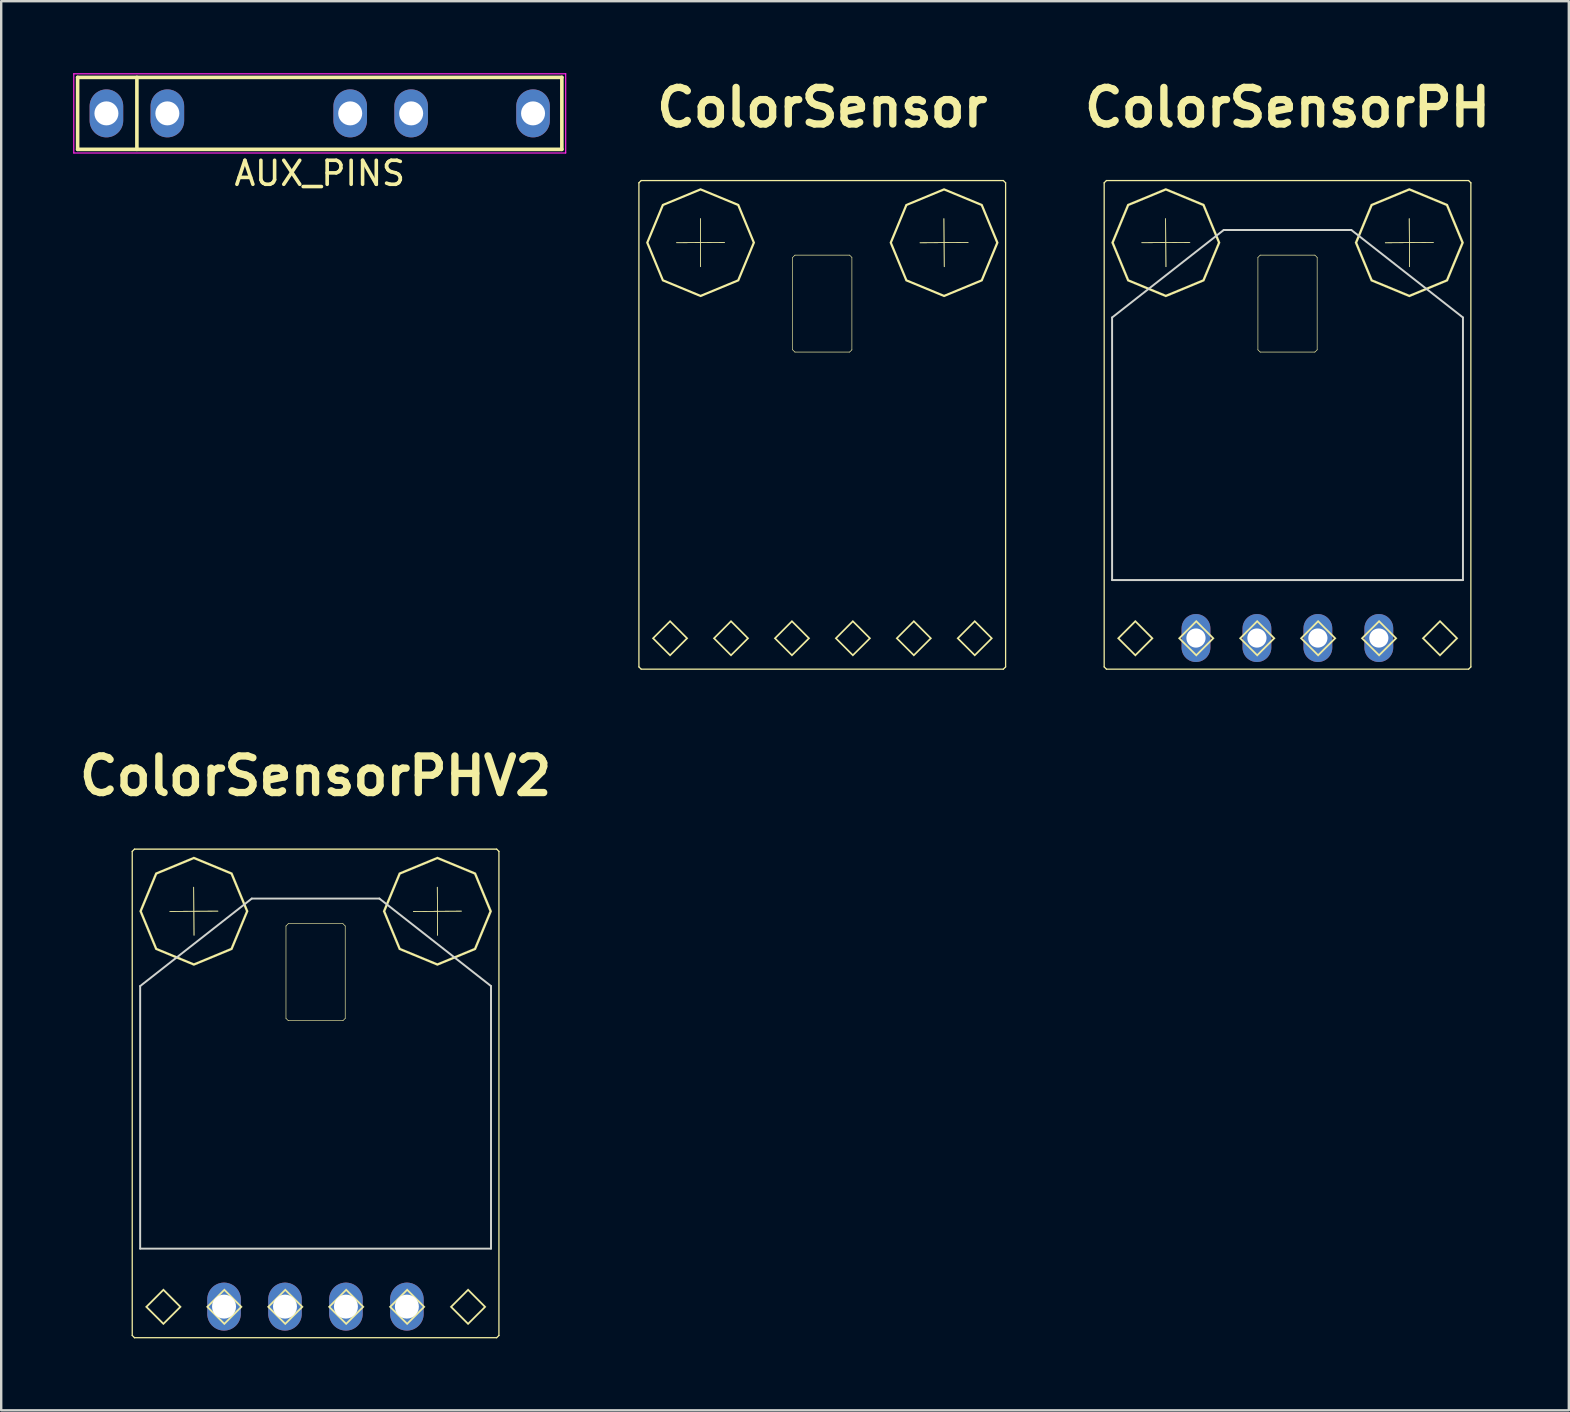
<source format=kicad_pcb>
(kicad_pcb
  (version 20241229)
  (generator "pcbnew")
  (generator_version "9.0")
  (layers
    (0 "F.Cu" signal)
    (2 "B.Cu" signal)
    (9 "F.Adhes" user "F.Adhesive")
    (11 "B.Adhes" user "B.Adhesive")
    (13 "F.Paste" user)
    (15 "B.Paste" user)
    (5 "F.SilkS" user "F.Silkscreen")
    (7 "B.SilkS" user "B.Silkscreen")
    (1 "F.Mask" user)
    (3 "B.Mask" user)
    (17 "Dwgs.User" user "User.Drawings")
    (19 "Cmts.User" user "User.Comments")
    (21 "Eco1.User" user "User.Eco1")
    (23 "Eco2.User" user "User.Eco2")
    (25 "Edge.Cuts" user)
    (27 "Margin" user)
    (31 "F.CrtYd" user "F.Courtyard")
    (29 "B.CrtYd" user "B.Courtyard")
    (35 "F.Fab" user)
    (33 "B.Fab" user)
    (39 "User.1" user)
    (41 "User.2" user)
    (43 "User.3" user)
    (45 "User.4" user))
  (footprint "ColorSensor"
    (layer "F.Cu")
    (at 31.218 14.656)
    (property "Reference" "ColorSensor" (at 0 -13.229 0) (layer "F.SilkS") (effects (font (size 1.524 1.524) (thickness 0.305))))
    (attr smd)
    (fp_line (start -7.641 -10.087) (end -7.547 -10.181) (stroke (width 0.053) (type solid)) (layer "F.SilkS"))
    (fp_line (start -7.641 10.087) (end -7.641 -10.087) (stroke (width 0.053) (type solid)) (layer "F.SilkS"))
    (fp_line (start -7.547 -10.181) (end 7.547 -10.181) (stroke (width 0.053) (type solid)) (layer "F.SilkS"))
    (fp_line (start -7.547 10.181) (end -7.641 10.087) (stroke (width 0.053) (type solid)) (layer "F.SilkS"))
    (fp_line (start -6.076 -7.588) (end -4.068 -7.599) (stroke (width 0.026) (type solid)) (layer "F.SilkS"))
    (fp_line (start -5.078 -8.597) (end -5.066 -6.589) (stroke (width 0.026) (type solid)) (layer "F.SilkS"))
    (fp_line (start -5.066 -6.589) (end -5.078 -8.597) (stroke (width 0.026) (type solid)) (layer "F.SilkS"))
    (fp_line (start -4.068 -7.599) (end -6.076 -7.588) (stroke (width 0.026) (type solid)) (layer "F.SilkS"))
    (fp_line (start -1.234 -6.978) (end -1.139 -7.073) (stroke (width 0.026) (type solid)) (layer "F.SilkS"))
    (fp_line (start -1.234 -3.127) (end -1.234 -6.978) (stroke (width 0.026) (type solid)) (layer "F.SilkS"))
    (fp_line (start -1.139 -7.073) (end 1.14 -7.073) (stroke (width 0.026) (type solid)) (layer "F.SilkS"))
    (fp_line (start -1.139 -3.033) (end -1.234 -3.127) (stroke (width 0.026) (type solid)) (layer "F.SilkS"))
    (fp_line (start 1.14 -7.073) (end 1.235 -6.978) (stroke (width 0.026) (type solid)) (layer "F.SilkS"))
    (fp_line (start 1.14 -3.033) (end -1.139 -3.033) (stroke (width 0.026) (type solid)) (layer "F.SilkS"))
    (fp_line (start 1.235 -6.978) (end 1.235 -3.127) (stroke (width 0.026) (type solid)) (layer "F.SilkS"))
    (fp_line (start 1.235 -3.127) (end 1.14 -3.033) (stroke (width 0.026) (type solid)) (layer "F.SilkS"))
    (fp_line (start 4.072 -7.586) (end 6.08 -7.598) (stroke (width 0.026) (type solid)) (layer "F.SilkS"))
    (fp_line (start 5.07 -8.596) (end 5.082 -6.588) (stroke (width 0.026) (type solid)) (layer "F.SilkS"))
    (fp_line (start 5.082 -6.588) (end 5.07 -8.596) (stroke (width 0.026) (type solid)) (layer "F.SilkS"))
    (fp_line (start 6.08 -7.598) (end 4.072 -7.586) (stroke (width 0.026) (type solid)) (layer "F.SilkS"))
    (fp_line (start 7.547 -10.181) (end 7.641 -10.087) (stroke (width 0.053) (type solid)) (layer "F.SilkS"))
    (fp_line (start 7.547 10.181) (end -7.547 10.181) (stroke (width 0.053) (type solid)) (layer "F.SilkS"))
    (fp_line (start 7.641 -10.087) (end 7.641 10.087) (stroke (width 0.053) (type solid)) (layer "F.SilkS"))
    (fp_line (start 7.641 10.087) (end 7.547 10.181) (stroke (width 0.053) (type solid)) (layer "F.SilkS"))
    (fp_poly (pts (xy -6.342 8.135) (xy -6.342 8.234) (xy -5.684 8.895) (xy -6.342 9.553) (xy -7.002 8.895) (xy -6.342 8.234) (xy -6.342 8.135) (xy -7.102 8.895) (xy -6.342 9.652) (xy -5.584 8.895) (xy -6.342 8.135)) (stroke (width 0) (type solid)) (fill yes) (layer "F.SilkS"))
    (fp_poly (pts (xy -3.803 8.135) (xy -3.803 8.234) (xy -3.145 8.895) (xy -3.803 9.553) (xy -4.461 8.895) (xy -3.803 8.234) (xy -3.803 8.135) (xy -4.561 8.895) (xy -3.803 9.652) (xy -3.045 8.895) (xy -3.803 8.135)) (stroke (width 0) (type solid)) (fill yes) (layer "F.SilkS"))
    (fp_poly (pts (xy -1.264 8.135) (xy -1.264 8.234) (xy -0.605 8.895) (xy -1.264 9.553) (xy -1.922 8.895) (xy -1.264 8.234) (xy -1.264 8.135) (xy -2.021 8.895) (xy -1.264 9.652) (xy -0.504 8.895) (xy -1.264 8.135)) (stroke (width 0) (type solid)) (fill yes) (layer "F.SilkS"))
    (fp_poly (pts (xy 1.275 8.135) (xy 1.275 8.234) (xy 1.936 8.895) (xy 1.275 9.553) (xy 0.617 8.895) (xy 1.275 8.234) (xy 1.275 8.135) (xy 0.518 8.895) (xy 1.275 9.652) (xy 2.035 8.895) (xy 1.275 8.135)) (stroke (width 0) (type solid)) (fill yes) (layer "F.SilkS"))
    (fp_poly (pts (xy 3.816 8.135) (xy 3.816 8.234) (xy 4.475 8.895) (xy 3.816 9.553) (xy 3.156 8.895) (xy 3.816 8.234) (xy 3.816 8.135) (xy 3.057 8.895) (xy 3.816 9.652) (xy 4.574 8.895) (xy 3.816 8.135)) (stroke (width 0) (type solid)) (fill yes) (layer "F.SilkS"))
    (fp_poly (pts (xy 6.355 8.135) (xy 6.355 8.234) (xy 7.014 8.895) (xy 6.355 9.553) (xy 5.697 8.895) (xy 6.355 8.234) (xy 6.355 8.135) (xy 5.596 8.895) (xy 6.355 9.652) (xy 7.113 8.895) (xy 6.355 8.135)) (stroke (width 0) (type solid)) (fill yes) (layer "F.SilkS"))
    (fp_poly (pts (xy -5.072 -9.863) (xy -5.072 -9.764) (xy -3.537 -9.128) (xy -2.9 -7.594) (xy -3.537 -6.058) (xy -5.072 -5.422) (xy -6.607 -6.058) (xy -7.242 -7.594) (xy -6.607 -9.128) (xy -5.072 -9.764) (xy -5.072 -9.863) (xy -6.677 -9.199) (xy -7.342 -7.594) (xy -6.677 -5.988) (xy -5.072 -5.322) (xy -3.466 -5.988) (xy -2.801 -7.594) (xy -3.466 -9.199) (xy -5.072 -9.863)) (stroke (width 0) (type solid)) (fill yes) (layer "F.SilkS"))
    (fp_poly (pts (xy 5.076 -9.863) (xy 5.076 -9.764) (xy 6.611 -9.128) (xy 7.246 -7.592) (xy 6.611 -6.057) (xy 5.076 -5.422) (xy 3.541 -6.057) (xy 2.906 -7.592) (xy 3.541 -9.128) (xy 5.076 -9.764) (xy 5.076 -9.863) (xy 3.47 -9.198) (xy 2.805 -7.592) (xy 3.47 -5.987) (xy 5.076 -5.322) (xy 6.682 -5.987) (xy 7.348 -7.592) (xy 6.682 -9.198) (xy 5.076 -9.863)) (stroke (width 0) (type solid)) (fill yes) (layer "F.SilkS")))
  (footprint "AUX_PINS"
    (layer "F.Cu")
    (at 10.275 1.675)
    (property "Reference" "AUX_PINS" (at 0 2.5 0) (layer "F.SilkS") (effects (font (size 1 1) (thickness 0.15))))
    (attr through_hole)
    (fp_line (start -10.09 -1.5) (end 10.09 -1.5) (stroke (width 0.15) (type solid)) (layer "F.SilkS"))
    (fp_line (start -10.09 1.5) (end -10.09 -1.5) (stroke (width 0.15) (type solid)) (layer "F.SilkS"))
    (fp_line (start -7.62 -1.5) (end -7.62 1.5) (stroke (width 0.15) (type solid)) (layer "F.SilkS"))
    (fp_line (start 10.09 -1.5) (end 10.09 1.5) (stroke (width 0.15) (type solid)) (layer "F.SilkS"))
    (fp_line (start 10.09 1.5) (end -10.09 1.5) (stroke (width 0.15) (type solid)) (layer "F.SilkS"))
    (fp_line (start -10.25 -1.65) (end 10.25 -1.65) (stroke (width 0.05) (type solid)) (layer "F.CrtYd"))
    (fp_line (start -10.25 1.65) (end -10.25 -1.65) (stroke (width 0.05) (type solid)) (layer "F.CrtYd"))
    (fp_line (start 10.25 -1.65) (end 10.25 1.65) (stroke (width 0.05) (type solid)) (layer "F.CrtYd"))
    (fp_line (start 10.25 1.65) (end -10.25 1.65) (stroke (width 0.05) (type solid)) (layer "F.CrtYd"))
    (pad "1" thru_hole oval (at -8.89 0) (size 1.4 2) (drill 1) (layers "*.Cu" "*.Mask"))
    (pad "2" thru_hole oval (at -6.35 0) (size 1.4 2) (drill 1) (layers "*.Cu" "*.Mask"))
    (pad "3" thru_hole oval (at 1.27 0) (size 1.4 2) (drill 1) (layers "*.Cu" "*.Mask"))
    (pad "4" thru_hole oval (at 3.81 0) (size 1.4 2) (drill 1) (layers "*.Cu" "*.Mask"))
    (pad "5" thru_hole oval (at 8.89 0) (size 1.4 2) (drill 1) (layers "*.Cu" "*.Mask")))
  (footprint "ColorSensorPH"
    (layer "F.Cu")
    (at 50.608 14.656)
    (property "Reference" "ColorSensorPH" (at 0 -13.229 0) (layer "F.SilkS") (effects (font (size 1.524 1.524) (thickness 0.305))))
    (attr through_hole)
    (fp_line (start -7.641 -10.087) (end -7.547 -10.181) (stroke (width 0.053) (type solid)) (layer "F.SilkS"))
    (fp_line (start -7.641 10.087) (end -7.641 -10.087) (stroke (width 0.053) (type solid)) (layer "F.SilkS"))
    (fp_line (start -7.547 -10.181) (end 7.547 -10.181) (stroke (width 0.053) (type solid)) (layer "F.SilkS"))
    (fp_line (start -7.547 10.181) (end -7.641 10.087) (stroke (width 0.053) (type solid)) (layer "F.SilkS"))
    (fp_line (start -6.076 -7.588) (end -4.068 -7.599) (stroke (width 0.026) (type solid)) (layer "F.SilkS"))
    (fp_line (start -5.078 -8.597) (end -5.066 -6.589) (stroke (width 0.026) (type solid)) (layer "F.SilkS"))
    (fp_line (start -5.066 -6.589) (end -5.078 -8.597) (stroke (width 0.026) (type solid)) (layer "F.SilkS"))
    (fp_line (start -4.068 -7.599) (end -6.076 -7.588) (stroke (width 0.026) (type solid)) (layer "F.SilkS"))
    (fp_line (start -1.234 -6.978) (end -1.139 -7.073) (stroke (width 0.026) (type solid)) (layer "F.SilkS"))
    (fp_line (start -1.234 -3.127) (end -1.234 -6.978) (stroke (width 0.026) (type solid)) (layer "F.SilkS"))
    (fp_line (start -1.139 -7.073) (end 1.14 -7.073) (stroke (width 0.026) (type solid)) (layer "F.SilkS"))
    (fp_line (start -1.139 -3.033) (end -1.234 -3.127) (stroke (width 0.026) (type solid)) (layer "F.SilkS"))
    (fp_line (start 1.14 -7.073) (end 1.235 -6.978) (stroke (width 0.026) (type solid)) (layer "F.SilkS"))
    (fp_line (start 1.14 -3.033) (end -1.139 -3.033) (stroke (width 0.026) (type solid)) (layer "F.SilkS"))
    (fp_line (start 1.235 -6.978) (end 1.235 -3.127) (stroke (width 0.026) (type solid)) (layer "F.SilkS"))
    (fp_line (start 1.235 -3.127) (end 1.14 -3.033) (stroke (width 0.026) (type solid)) (layer "F.SilkS"))
    (fp_line (start 4.072 -7.586) (end 6.08 -7.598) (stroke (width 0.026) (type solid)) (layer "F.SilkS"))
    (fp_line (start 5.07 -8.596) (end 5.082 -6.588) (stroke (width 0.026) (type solid)) (layer "F.SilkS"))
    (fp_line (start 5.082 -6.588) (end 5.07 -8.596) (stroke (width 0.026) (type solid)) (layer "F.SilkS"))
    (fp_line (start 6.08 -7.598) (end 4.072 -7.586) (stroke (width 0.026) (type solid)) (layer "F.SilkS"))
    (fp_line (start 7.547 -10.181) (end 7.641 -10.087) (stroke (width 0.053) (type solid)) (layer "F.SilkS"))
    (fp_line (start 7.547 10.181) (end -7.547 10.181) (stroke (width 0.053) (type solid)) (layer "F.SilkS"))
    (fp_line (start 7.641 -10.087) (end 7.641 10.087) (stroke (width 0.053) (type solid)) (layer "F.SilkS"))
    (fp_line (start 7.641 10.087) (end 7.547 10.181) (stroke (width 0.053) (type solid)) (layer "F.SilkS"))
    (fp_poly (pts (xy -6.342 8.135) (xy -6.342 8.234) (xy -5.684 8.895) (xy -6.342 9.553) (xy -7.002 8.895) (xy -6.342 8.234) (xy -6.342 8.135) (xy -7.102 8.895) (xy -6.342 9.652) (xy -5.584 8.895) (xy -6.342 8.135)) (stroke (width 0.003) (type solid)) (fill yes) (layer "F.SilkS"))
    (fp_poly (pts (xy -3.803 8.135) (xy -3.803 8.234) (xy -3.145 8.895) (xy -3.803 9.553) (xy -4.461 8.895) (xy -3.803 8.234) (xy -3.803 8.135) (xy -4.561 8.895) (xy -3.803 9.652) (xy -3.045 8.895) (xy -3.803 8.135)) (stroke (width 0.003) (type solid)) (fill yes) (layer "F.SilkS"))
    (fp_poly (pts (xy -1.264 8.135) (xy -1.264 8.234) (xy -0.605 8.895) (xy -1.264 9.553) (xy -1.922 8.895) (xy -1.264 8.234) (xy -1.264 8.135) (xy -2.021 8.895) (xy -1.264 9.652) (xy -0.504 8.895) (xy -1.264 8.135)) (stroke (width 0.003) (type solid)) (fill yes) (layer "F.SilkS"))
    (fp_poly (pts (xy 1.275 8.135) (xy 1.275 8.234) (xy 1.936 8.895) (xy 1.275 9.553) (xy 0.617 8.895) (xy 1.275 8.234) (xy 1.275 8.135) (xy 0.518 8.895) (xy 1.275 9.652) (xy 2.035 8.895) (xy 1.275 8.135)) (stroke (width 0.003) (type solid)) (fill yes) (layer "F.SilkS"))
    (fp_poly (pts (xy 3.816 8.135) (xy 3.816 8.234) (xy 4.475 8.895) (xy 3.816 9.553) (xy 3.156 8.895) (xy 3.816 8.234) (xy 3.816 8.135) (xy 3.057 8.895) (xy 3.816 9.652) (xy 4.574 8.895) (xy 3.816 8.135)) (stroke (width 0.003) (type solid)) (fill yes) (layer "F.SilkS"))
    (fp_poly (pts (xy 6.355 8.135) (xy 6.355 8.234) (xy 7.014 8.895) (xy 6.355 9.553) (xy 5.697 8.895) (xy 6.355 8.234) (xy 6.355 8.135) (xy 5.596 8.895) (xy 6.355 9.652) (xy 7.113 8.895) (xy 6.355 8.135)) (stroke (width 0.003) (type solid)) (fill yes) (layer "F.SilkS"))
    (fp_poly (pts (xy -5.072 -9.863) (xy -5.072 -9.764) (xy -3.537 -9.128) (xy -2.9 -7.594) (xy -3.537 -6.058) (xy -5.072 -5.422) (xy -6.607 -6.058) (xy -7.242 -7.594) (xy -6.607 -9.128) (xy -5.072 -9.764) (xy -5.072 -9.863) (xy -6.677 -9.199) (xy -7.342 -7.594) (xy -6.677 -5.988) (xy -5.072 -5.322) (xy -3.466 -5.988) (xy -2.801 -7.594) (xy -3.466 -9.199) (xy -5.072 -9.863)) (stroke (width 0.003) (type solid)) (fill yes) (layer "F.SilkS"))
    (fp_poly (pts (xy 5.076 -9.863) (xy 5.076 -9.764) (xy 6.611 -9.128) (xy 7.246 -7.592) (xy 6.611 -6.057) (xy 5.076 -5.422) (xy 3.541 -6.057) (xy 2.906 -7.592) (xy 3.541 -9.128) (xy 5.076 -9.764) (xy 5.076 -9.863) (xy 3.47 -9.198) (xy 2.805 -7.592) (xy 3.47 -5.987) (xy 5.076 -5.322) (xy 6.682 -5.987) (xy 7.348 -7.592) (xy 6.682 -9.198) (xy 5.076 -9.863)) (stroke (width 0.003) (type solid)) (fill yes) (layer "F.SilkS"))
    (fp_line (start -7.311 -4.474) (end -7.311 6.468) (stroke (width 0.082) (type solid)) (layer "Edge.Cuts"))
    (fp_line (start -7.311 6.468) (end 7.311 6.468) (stroke (width 0.082) (type solid)) (layer "Edge.Cuts"))
    (fp_line (start -2.659 -8.121) (end -7.311 -4.474) (stroke (width 0.082) (type solid)) (layer "Edge.Cuts"))
    (fp_line (start 2.659 -8.121) (end -2.659 -8.121) (stroke (width 0.082) (type solid)) (layer "Edge.Cuts"))
    (fp_line (start 7.311 -4.474) (end 2.659 -8.121) (stroke (width 0.082) (type solid)) (layer "Edge.Cuts"))
    (fp_line (start 7.311 6.468) (end 7.311 -4.474) (stroke (width 0.082) (type solid)) (layer "Edge.Cuts"))
    (pad "1" thru_hole oval (at 3.805 8.884 180) (size 1.2 2) (drill 0.8) (layers "*.Cu" "*.Mask"))
    (pad "2" thru_hole oval (at 1.265 8.884 180) (size 1.2 2) (drill 0.8) (layers "*.Cu" "*.Mask"))
    (pad "3" thru_hole oval (at -1.275 8.884 180) (size 1.2 2) (drill 0.8) (layers "*.Cu" "*.Mask"))
    (pad "4" thru_hole oval (at -3.815 8.884 180) (size 1.2 2) (drill 0.8) (layers "*.Cu" "*.Mask")))
  (footprint "ColorSensorPHV2"
    (layer "F.Cu")
    (at 10.102 42.519)
    (property "Reference" "ColorSensorPHV2" (at 0 -13.229 0) (layer "F.SilkS") (effects (font (size 1.524 1.524) (thickness 0.305))))
    (attr through_hole)
    (fp_line (start -7.641 -10.087) (end -7.547 -10.181) (stroke (width 0.053) (type solid)) (layer "F.SilkS"))
    (fp_line (start -7.641 10.087) (end -7.641 -10.087) (stroke (width 0.053) (type solid)) (layer "F.SilkS"))
    (fp_line (start -7.547 -10.181) (end 7.547 -10.181) (stroke (width 0.053) (type solid)) (layer "F.SilkS"))
    (fp_line (start -7.547 10.181) (end -7.641 10.087) (stroke (width 0.053) (type solid)) (layer "F.SilkS"))
    (fp_line (start -6.076 -7.588) (end -4.068 -7.599) (stroke (width 0.026) (type solid)) (layer "F.SilkS"))
    (fp_line (start -5.078 -8.597) (end -5.066 -6.589) (stroke (width 0.026) (type solid)) (layer "F.SilkS"))
    (fp_line (start -5.066 -6.589) (end -5.078 -8.597) (stroke (width 0.026) (type solid)) (layer "F.SilkS"))
    (fp_line (start -4.068 -7.599) (end -6.076 -7.588) (stroke (width 0.026) (type solid)) (layer "F.SilkS"))
    (fp_line (start -1.234 -6.978) (end -1.139 -7.073) (stroke (width 0.026) (type solid)) (layer "F.SilkS"))
    (fp_line (start -1.234 -3.127) (end -1.234 -6.978) (stroke (width 0.026) (type solid)) (layer "F.SilkS"))
    (fp_line (start -1.139 -7.073) (end 1.14 -7.073) (stroke (width 0.026) (type solid)) (layer "F.SilkS"))
    (fp_line (start -1.139 -3.033) (end -1.234 -3.127) (stroke (width 0.026) (type solid)) (layer "F.SilkS"))
    (fp_line (start 1.14 -3.033) (end -1.139 -3.033) (stroke (width 0.026) (type solid)) (layer "F.SilkS"))
    (fp_line (start 1.14 -7.073) (end 1.235 -6.978) (stroke (width 0.026) (type solid)) (layer "F.SilkS"))
    (fp_line (start 1.235 -6.978) (end 1.235 -3.127) (stroke (width 0.026) (type solid)) (layer "F.SilkS"))
    (fp_line (start 1.235 -3.127) (end 1.14 -3.033) (stroke (width 0.026) (type solid)) (layer "F.SilkS"))
    (fp_line (start 4.072 -7.586) (end 6.08 -7.598) (stroke (width 0.026) (type solid)) (layer "F.SilkS"))
    (fp_line (start 5.07 -8.596) (end 5.082 -6.588) (stroke (width 0.026) (type solid)) (layer "F.SilkS"))
    (fp_line (start 5.082 -6.588) (end 5.07 -8.596) (stroke (width 0.026) (type solid)) (layer "F.SilkS"))
    (fp_line (start 6.08 -7.598) (end 4.072 -7.586) (stroke (width 0.026) (type solid)) (layer "F.SilkS"))
    (fp_line (start 7.547 -10.181) (end 7.641 -10.087) (stroke (width 0.053) (type solid)) (layer "F.SilkS"))
    (fp_line (start 7.547 10.181) (end -7.547 10.181) (stroke (width 0.053) (type solid)) (layer "F.SilkS"))
    (fp_line (start 7.641 -10.087) (end 7.641 10.087) (stroke (width 0.053) (type solid)) (layer "F.SilkS"))
    (fp_line (start 7.641 10.087) (end 7.547 10.181) (stroke (width 0.053) (type solid)) (layer "F.SilkS"))
    (fp_poly (pts (xy -6.342 8.135) (xy -6.342 8.234) (xy -5.684 8.895) (xy -6.342 9.553) (xy -7.002 8.895) (xy -6.342 8.234) (xy -6.342 8.135) (xy -7.102 8.895) (xy -6.342 9.652) (xy -5.584 8.895) (xy -6.342 8.135)) (stroke (width 0.003) (type solid)) (fill yes) (layer "F.SilkS"))
    (fp_poly (pts (xy -3.803 8.135) (xy -3.803 8.234) (xy -3.145 8.895) (xy -3.803 9.553) (xy -4.461 8.895) (xy -3.803 8.234) (xy -3.803 8.135) (xy -4.561 8.895) (xy -3.803 9.652) (xy -3.045 8.895) (xy -3.803 8.135)) (stroke (width 0.003) (type solid)) (fill yes) (layer "F.SilkS"))
    (fp_poly (pts (xy -1.264 8.135) (xy -1.264 8.234) (xy -0.605 8.895) (xy -1.264 9.553) (xy -1.922 8.895) (xy -1.264 8.234) (xy -1.264 8.135) (xy -2.021 8.895) (xy -1.264 9.652) (xy -0.504 8.895) (xy -1.264 8.135)) (stroke (width 0.003) (type solid)) (fill yes) (layer "F.SilkS"))
    (fp_poly (pts (xy 1.275 8.135) (xy 1.275 8.234) (xy 1.936 8.895) (xy 1.275 9.553) (xy 0.617 8.895) (xy 1.275 8.234) (xy 1.275 8.135) (xy 0.518 8.895) (xy 1.275 9.652) (xy 2.035 8.895) (xy 1.275 8.135)) (stroke (width 0.003) (type solid)) (fill yes) (layer "F.SilkS"))
    (fp_poly (pts (xy 3.816 8.135) (xy 3.816 8.234) (xy 4.475 8.895) (xy 3.816 9.553) (xy 3.156 8.895) (xy 3.816 8.234) (xy 3.816 8.135) (xy 3.057 8.895) (xy 3.816 9.652) (xy 4.574 8.895) (xy 3.816 8.135)) (stroke (width 0.003) (type solid)) (fill yes) (layer "F.SilkS"))
    (fp_poly (pts (xy 6.355 8.135) (xy 6.355 8.234) (xy 7.014 8.895) (xy 6.355 9.553) (xy 5.697 8.895) (xy 6.355 8.234) (xy 6.355 8.135) (xy 5.596 8.895) (xy 6.355 9.652) (xy 7.113 8.895) (xy 6.355 8.135)) (stroke (width 0.003) (type solid)) (fill yes) (layer "F.SilkS"))
    (fp_poly (pts (xy -5.072 -9.863) (xy -5.072 -9.764) (xy -3.537 -9.128) (xy -2.9 -7.594) (xy -3.537 -6.058) (xy -5.072 -5.422) (xy -6.607 -6.058) (xy -7.242 -7.594) (xy -6.607 -9.128) (xy -5.072 -9.764) (xy -5.072 -9.863) (xy -6.677 -9.199) (xy -7.342 -7.594) (xy -6.677 -5.988) (xy -5.072 -5.322) (xy -3.466 -5.988) (xy -2.801 -7.594) (xy -3.466 -9.199) (xy -5.072 -9.863)) (stroke (width 0.003) (type solid)) (fill yes) (layer "F.SilkS"))
    (fp_poly (pts (xy 5.076 -9.863) (xy 5.076 -9.764) (xy 6.611 -9.128) (xy 7.246 -7.592) (xy 6.611 -6.057) (xy 5.076 -5.422) (xy 3.541 -6.057) (xy 2.906 -7.592) (xy 3.541 -9.128) (xy 5.076 -9.764) (xy 5.076 -9.863) (xy 3.47 -9.198) (xy 2.805 -7.592) (xy 3.47 -5.987) (xy 5.076 -5.322) (xy 6.682 -5.987) (xy 7.348 -7.592) (xy 6.682 -9.198) (xy 5.076 -9.863)) (stroke (width 0.003) (type solid)) (fill yes) (layer "F.SilkS"))
    (fp_line (start -7.311 6.468) (end 7.311 6.468) (stroke (width 0.082) (type solid)) (layer "Edge.Cuts"))
    (fp_line (start -7.311 -4.474) (end -7.311 6.468) (stroke (width 0.082) (type solid)) (layer "Edge.Cuts"))
    (fp_line (start -2.659 -8.121) (end -7.311 -4.474) (stroke (width 0.082) (type solid)) (layer "Edge.Cuts"))
    (fp_line (start 2.659 -8.121) (end -2.659 -8.121) (stroke (width 0.082) (type solid)) (layer "Edge.Cuts"))
    (fp_line (start 7.311 -4.474) (end 2.659 -8.121) (stroke (width 0.082) (type solid)) (layer "Edge.Cuts"))
    (fp_line (start 7.311 6.468) (end 7.311 -4.474) (stroke (width 0.082) (type solid)) (layer "Edge.Cuts"))
    (pad "1" thru_hole oval (at 3.805 8.884 180) (size 1.4 2) (drill 1) (layers "*.Cu" "*.Mask"))
    (pad "2" thru_hole oval (at 1.265 8.884 180) (size 1.4 2) (drill 1) (layers "*.Cu" "*.Mask"))
    (pad "3" thru_hole oval (at -1.275 8.884 180) (size 1.4 2) (drill 1) (layers "*.Cu" "*.Mask"))
    (pad "4" thru_hole oval (at -3.815 8.884 180) (size 1.4 2) (drill 1) (layers "*.Cu" "*.Mask")))
  (gr_rect
    (start -3 -3)
    (end 62.331 55.727)
    (stroke (width 0.1) (type default))
    (fill no)
    (layer "Edge.Cuts")))
</source>
